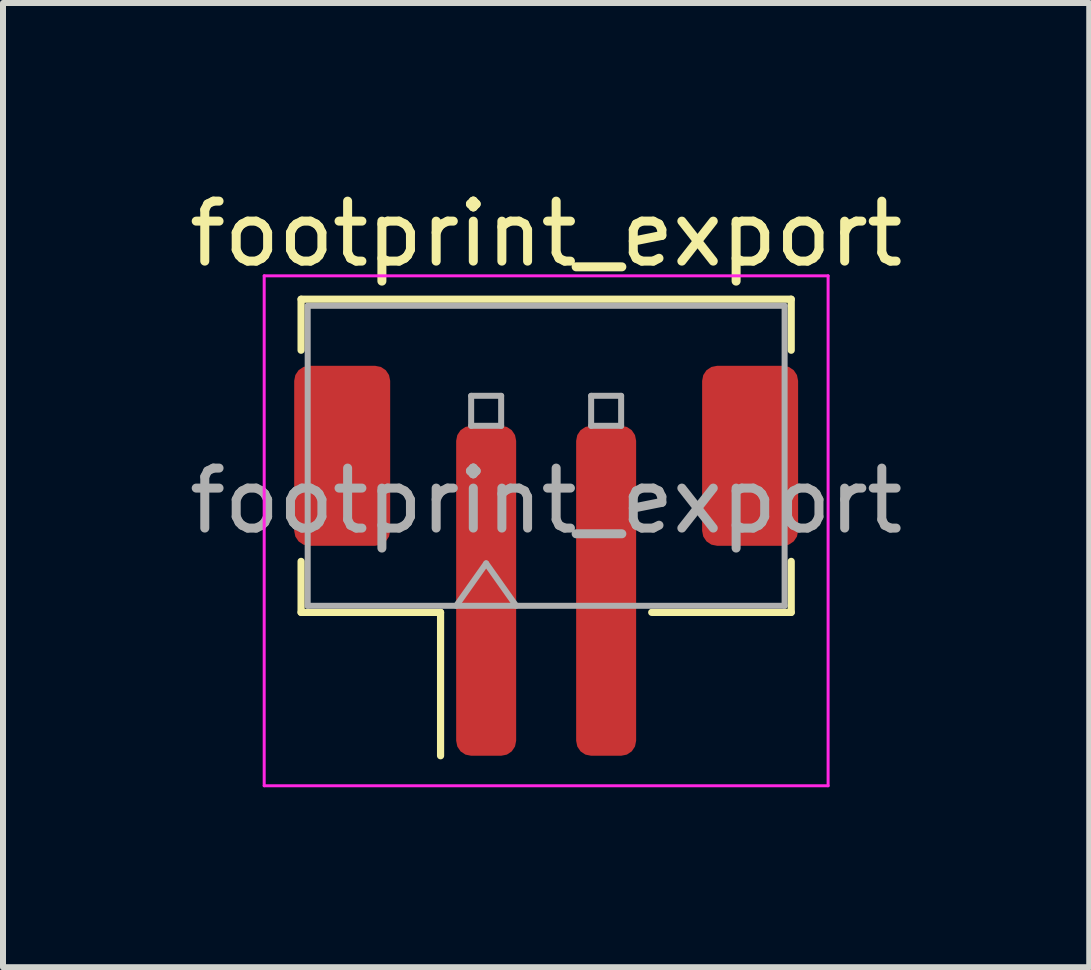
<source format=kicad_pcb>
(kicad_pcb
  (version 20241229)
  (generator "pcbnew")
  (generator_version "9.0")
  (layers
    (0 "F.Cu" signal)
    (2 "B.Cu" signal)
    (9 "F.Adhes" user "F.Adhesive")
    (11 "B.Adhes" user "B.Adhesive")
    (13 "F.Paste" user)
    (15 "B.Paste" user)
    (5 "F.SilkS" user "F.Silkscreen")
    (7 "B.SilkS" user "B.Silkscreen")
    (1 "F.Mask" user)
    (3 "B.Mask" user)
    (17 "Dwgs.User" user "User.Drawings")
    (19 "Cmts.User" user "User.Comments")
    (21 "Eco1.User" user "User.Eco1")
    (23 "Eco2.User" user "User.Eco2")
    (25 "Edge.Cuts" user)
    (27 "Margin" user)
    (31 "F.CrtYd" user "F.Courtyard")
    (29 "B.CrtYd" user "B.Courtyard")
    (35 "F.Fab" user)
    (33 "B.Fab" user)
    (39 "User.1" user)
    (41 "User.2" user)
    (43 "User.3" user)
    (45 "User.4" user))
  (footprint "footprint_export"
    (layer "F.Cu")
    (at 6.054 6.298)
    (property "Reference" "footprint_export" (at 0 -5.45 0) (layer "F.SilkS") (effects (font (size 1 1) (thickness 0.15))))
    (attr smd)
    (fp_line (start -4.085 -4.36) (end 4.085 -4.36) (stroke (width 0.12) (type solid)) (layer "F.SilkS"))
    (fp_line (start -4.085 -3.51) (end -4.085 -4.36) (stroke (width 0.12) (type solid)) (layer "F.SilkS"))
    (fp_line (start -4.085 0.01) (end -4.085 0.86) (stroke (width 0.12) (type solid)) (layer "F.SilkS"))
    (fp_line (start -4.085 0.86) (end -1.76 0.86) (stroke (width 0.12) (type solid)) (layer "F.SilkS"))
    (fp_line (start -1.76 0.86) (end -1.76 3.25) (stroke (width 0.12) (type solid)) (layer "F.SilkS"))
    (fp_line (start 4.085 -4.36) (end 4.085 -3.51) (stroke (width 0.12) (type solid)) (layer "F.SilkS"))
    (fp_line (start 4.085 0.01) (end 4.085 0.86) (stroke (width 0.12) (type solid)) (layer "F.SilkS"))
    (fp_line (start 4.085 0.86) (end 1.76 0.86) (stroke (width 0.12) (type solid)) (layer "F.SilkS"))
    (fp_line (start -4.7 -4.75) (end -4.7 3.75) (stroke (width 0.05) (type solid)) (layer "F.CrtYd"))
    (fp_line (start -4.7 3.75) (end 4.7 3.75) (stroke (width 0.05) (type solid)) (layer "F.CrtYd"))
    (fp_line (start 4.7 -4.75) (end -4.7 -4.75) (stroke (width 0.05) (type solid)) (layer "F.CrtYd"))
    (fp_line (start 4.7 3.75) (end 4.7 -4.75) (stroke (width 0.05) (type solid)) (layer "F.CrtYd"))
    (fp_line (start -3.975 -4.25) (end 3.975 -4.25) (stroke (width 0.1) (type solid)) (layer "F.Fab"))
    (fp_line (start -3.975 0.75) (end -3.975 -4.25) (stroke (width 0.1) (type solid)) (layer "F.Fab"))
    (fp_line (start -3.975 0.75) (end 3.975 0.75) (stroke (width 0.1) (type solid)) (layer "F.Fab"))
    (fp_line (start -1.5 0.75) (end -1 0.043) (stroke (width 0.1) (type solid)) (layer "F.Fab"))
    (fp_line (start -1.25 -2.75) (end -1.25 -2.25) (stroke (width 0.1) (type solid)) (layer "F.Fab"))
    (fp_line (start -1.25 -2.25) (end -0.75 -2.25) (stroke (width 0.1) (type solid)) (layer "F.Fab"))
    (fp_line (start -1 0.043) (end -0.5 0.75) (stroke (width 0.1) (type solid)) (layer "F.Fab"))
    (fp_line (start -0.75 -2.75) (end -1.25 -2.75) (stroke (width 0.1) (type solid)) (layer "F.Fab"))
    (fp_line (start -0.75 -2.25) (end -0.75 -2.75) (stroke (width 0.1) (type solid)) (layer "F.Fab"))
    (fp_line (start 0.75 -2.75) (end 0.75 -2.25) (stroke (width 0.1) (type solid)) (layer "F.Fab"))
    (fp_line (start 0.75 -2.25) (end 1.25 -2.25) (stroke (width 0.1) (type solid)) (layer "F.Fab"))
    (fp_line (start 1.25 -2.75) (end 0.75 -2.75) (stroke (width 0.1) (type solid)) (layer "F.Fab"))
    (fp_line (start 1.25 -2.25) (end 1.25 -2.75) (stroke (width 0.1) (type solid)) (layer "F.Fab"))
    (fp_line (start 3.975 0.75) (end 3.975 -4.25) (stroke (width 0.1) (type solid)) (layer "F.Fab"))
    (fp_text user "${REFERENCE}" (at 0 -1 0) (layer "F.Fab") (effects (font (size 1 1) (thickness 0.15))))
    (pad "1" smd roundrect (at -1 0.5) (size 1 5.5) (layers "F.Cu" "F.Mask" "F.Paste") (roundrect_rratio 0.25))
    (pad "2" smd roundrect (at 1 0.5) (size 1 5.5) (layers "F.Cu" "F.Mask" "F.Paste") (roundrect_rratio 0.25))
    (pad "MP" smd roundrect (at -3.4 -1.75) (size 1.6 3) (layers "F.Cu" "F.Mask" "F.Paste") (roundrect_rratio 0.156))
    (pad "MP" smd roundrect (at 3.4 -1.75) (size 1.6 3) (layers "F.Cu" "F.Mask" "F.Paste") (roundrect_rratio 0.156)))
  (gr_rect
    (start -3 -3)
    (end 15.107 13.073)
    (stroke (width 0.1) (type default))
    (fill no)
    (layer "Edge.Cuts")))
</source>
